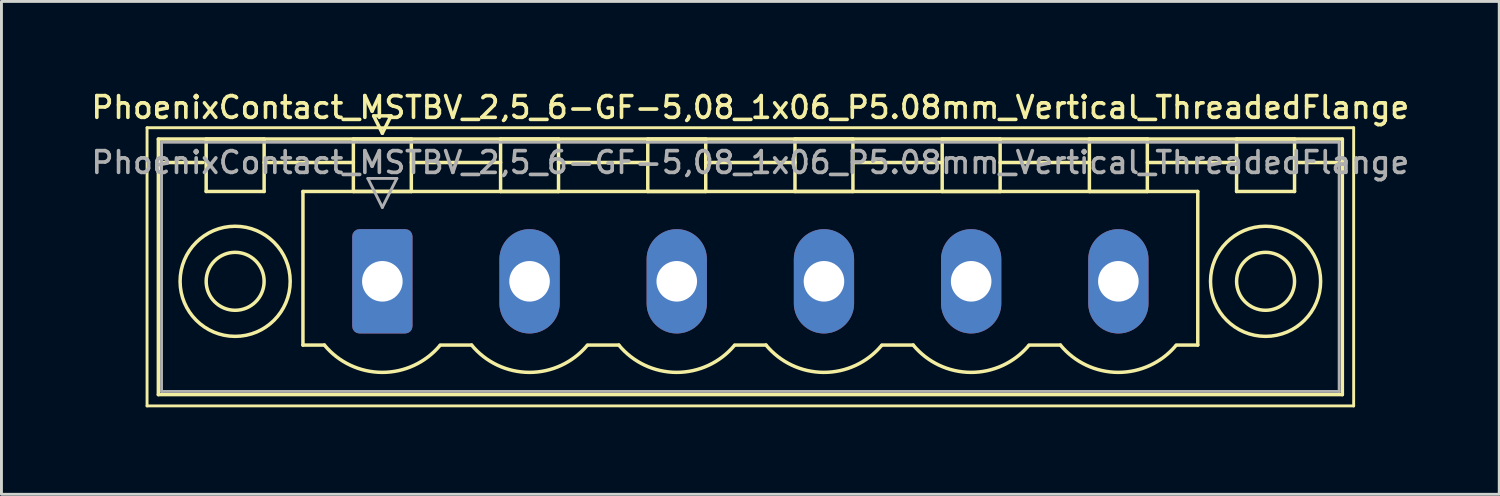
<source format=kicad_pcb>
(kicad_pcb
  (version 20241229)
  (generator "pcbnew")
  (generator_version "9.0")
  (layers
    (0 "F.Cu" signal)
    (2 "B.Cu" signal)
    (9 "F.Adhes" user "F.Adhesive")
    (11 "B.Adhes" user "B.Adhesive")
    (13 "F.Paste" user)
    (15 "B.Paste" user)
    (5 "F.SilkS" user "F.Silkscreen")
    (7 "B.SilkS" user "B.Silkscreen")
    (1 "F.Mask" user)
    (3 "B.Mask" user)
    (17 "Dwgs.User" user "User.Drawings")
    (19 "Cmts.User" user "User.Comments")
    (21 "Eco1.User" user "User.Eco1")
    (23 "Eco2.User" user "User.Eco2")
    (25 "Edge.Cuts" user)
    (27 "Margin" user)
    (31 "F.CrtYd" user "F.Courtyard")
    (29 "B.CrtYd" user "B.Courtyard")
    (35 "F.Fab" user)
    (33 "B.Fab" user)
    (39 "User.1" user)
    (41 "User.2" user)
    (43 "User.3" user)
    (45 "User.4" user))
  (footprint "PhoenixContact_MSTBV_2,5_6-GF-5,08_1x06_P5.08mm_Vertical_ThreadedFlange"
    (layer "F.Cu")
    (at 10.145 6.658)
    (property "Reference" "PhoenixContact_MSTBV_2,5_6-GF-5,08_1x06_P5.08mm_Vertical_ThreadedFlange" (at 12.7 -6 0) (layer "F.SilkS") (effects (font (size 0.75 0.75) (thickness 0.125))))
    (attr through_hole)
    (fp_line (start -8.12 -5.3) (end -8.12 4.3) (stroke (width 0.1) (type solid)) (layer "F.SilkS"))
    (fp_line (start -8.12 4.3) (end 33.52 4.3) (stroke (width 0.1) (type solid)) (layer "F.SilkS"))
    (fp_line (start -7.73 -4.91) (end -7.73 3.91) (stroke (width 0.12) (type solid)) (layer "F.SilkS"))
    (fp_line (start -7.73 -4.1) (end -6.19 -4.1) (stroke (width 0.12) (type solid)) (layer "F.SilkS"))
    (fp_line (start -7.73 3.91) (end 33.13 3.91) (stroke (width 0.12) (type solid)) (layer "F.SilkS"))
    (fp_line (start -6.08 -4.91) (end -4.08 -4.91) (stroke (width 0.12) (type solid)) (layer "F.SilkS"))
    (fp_line (start -6.08 -3.1) (end -6.08 -4.91) (stroke (width 0.12) (type solid)) (layer "F.SilkS"))
    (fp_line (start -4.08 -4.91) (end -4.08 -3.1) (stroke (width 0.12) (type solid)) (layer "F.SilkS"))
    (fp_line (start -4.08 -4.1) (end -1 -4.1) (stroke (width 0.12) (type solid)) (layer "F.SilkS"))
    (fp_line (start -4.08 -3.1) (end -6.08 -3.1) (stroke (width 0.12) (type solid)) (layer "F.SilkS"))
    (fp_line (start -2.74 -3.1) (end 28.14 -3.1) (stroke (width 0.12) (type solid)) (layer "F.SilkS"))
    (fp_line (start -2.74 2.2) (end -2.74 -3.1) (stroke (width 0.12) (type solid)) (layer "F.SilkS"))
    (fp_line (start -2 2.2) (end -2.74 2.2) (stroke (width 0.12) (type solid)) (layer "F.SilkS"))
    (fp_line (start -1 -4.91) (end 1 -4.91) (stroke (width 0.12) (type solid)) (layer "F.SilkS"))
    (fp_line (start -1 -3.1) (end -1 -4.91) (stroke (width 0.12) (type solid)) (layer "F.SilkS"))
    (fp_line (start -0.3 -5.71) (end 0.3 -5.71) (stroke (width 0.12) (type solid)) (layer "F.SilkS"))
    (fp_line (start 0 -5.11) (end -0.3 -5.71) (stroke (width 0.12) (type solid)) (layer "F.SilkS"))
    (fp_line (start 0.3 -5.71) (end 0 -5.11) (stroke (width 0.12) (type solid)) (layer "F.SilkS"))
    (fp_line (start 1 -4.91) (end 1 -3.1) (stroke (width 0.12) (type solid)) (layer "F.SilkS"))
    (fp_line (start 1 -4.1) (end 4.08 -4.1) (stroke (width 0.12) (type solid)) (layer "F.SilkS"))
    (fp_line (start 1 -3.1) (end -1 -3.1) (stroke (width 0.12) (type solid)) (layer "F.SilkS"))
    (fp_line (start 2 2.2) (end 3.08 2.2) (stroke (width 0.12) (type solid)) (layer "F.SilkS"))
    (fp_line (start 4.08 -4.91) (end 6.08 -4.91) (stroke (width 0.12) (type solid)) (layer "F.SilkS"))
    (fp_line (start 4.08 -3.1) (end 4.08 -4.91) (stroke (width 0.12) (type solid)) (layer "F.SilkS"))
    (fp_line (start 6.08 -4.91) (end 6.08 -3.1) (stroke (width 0.12) (type solid)) (layer "F.SilkS"))
    (fp_line (start 6.08 -4.1) (end 9.16 -4.1) (stroke (width 0.12) (type solid)) (layer "F.SilkS"))
    (fp_line (start 6.08 -3.1) (end 4.08 -3.1) (stroke (width 0.12) (type solid)) (layer "F.SilkS"))
    (fp_line (start 7.08 2.2) (end 8.16 2.2) (stroke (width 0.12) (type solid)) (layer "F.SilkS"))
    (fp_line (start 9.16 -4.91) (end 11.16 -4.91) (stroke (width 0.12) (type solid)) (layer "F.SilkS"))
    (fp_line (start 9.16 -3.1) (end 9.16 -4.91) (stroke (width 0.12) (type solid)) (layer "F.SilkS"))
    (fp_line (start 11.16 -4.91) (end 11.16 -3.1) (stroke (width 0.12) (type solid)) (layer "F.SilkS"))
    (fp_line (start 11.16 -4.1) (end 14.24 -4.1) (stroke (width 0.12) (type solid)) (layer "F.SilkS"))
    (fp_line (start 11.16 -3.1) (end 9.16 -3.1) (stroke (width 0.12) (type solid)) (layer "F.SilkS"))
    (fp_line (start 12.16 2.2) (end 13.24 2.2) (stroke (width 0.12) (type solid)) (layer "F.SilkS"))
    (fp_line (start 14.24 -4.91) (end 16.24 -4.91) (stroke (width 0.12) (type solid)) (layer "F.SilkS"))
    (fp_line (start 14.24 -3.1) (end 14.24 -4.91) (stroke (width 0.12) (type solid)) (layer "F.SilkS"))
    (fp_line (start 16.24 -4.91) (end 16.24 -3.1) (stroke (width 0.12) (type solid)) (layer "F.SilkS"))
    (fp_line (start 16.24 -4.1) (end 19.32 -4.1) (stroke (width 0.12) (type solid)) (layer "F.SilkS"))
    (fp_line (start 16.24 -3.1) (end 14.24 -3.1) (stroke (width 0.12) (type solid)) (layer "F.SilkS"))
    (fp_line (start 17.24 2.2) (end 18.32 2.2) (stroke (width 0.12) (type solid)) (layer "F.SilkS"))
    (fp_line (start 19.32 -4.91) (end 21.32 -4.91) (stroke (width 0.12) (type solid)) (layer "F.SilkS"))
    (fp_line (start 19.32 -3.1) (end 19.32 -4.91) (stroke (width 0.12) (type solid)) (layer "F.SilkS"))
    (fp_line (start 21.32 -4.91) (end 21.32 -3.1) (stroke (width 0.12) (type solid)) (layer "F.SilkS"))
    (fp_line (start 21.32 -4.1) (end 24.4 -4.1) (stroke (width 0.12) (type solid)) (layer "F.SilkS"))
    (fp_line (start 21.32 -3.1) (end 19.32 -3.1) (stroke (width 0.12) (type solid)) (layer "F.SilkS"))
    (fp_line (start 22.32 2.2) (end 23.4 2.2) (stroke (width 0.12) (type solid)) (layer "F.SilkS"))
    (fp_line (start 24.4 -4.91) (end 26.4 -4.91) (stroke (width 0.12) (type solid)) (layer "F.SilkS"))
    (fp_line (start 24.4 -3.1) (end 24.4 -4.91) (stroke (width 0.12) (type solid)) (layer "F.SilkS"))
    (fp_line (start 26.4 -4.91) (end 26.4 -3.1) (stroke (width 0.12) (type solid)) (layer "F.SilkS"))
    (fp_line (start 26.4 -4.1) (end 29.48 -4.1) (stroke (width 0.12) (type solid)) (layer "F.SilkS"))
    (fp_line (start 26.4 -3.1) (end 24.4 -3.1) (stroke (width 0.12) (type solid)) (layer "F.SilkS"))
    (fp_line (start 28.14 -3.1) (end 28.14 2.2) (stroke (width 0.12) (type solid)) (layer "F.SilkS"))
    (fp_line (start 28.14 2.2) (end 27.4 2.2) (stroke (width 0.12) (type solid)) (layer "F.SilkS"))
    (fp_line (start 29.48 -4.91) (end 31.48 -4.91) (stroke (width 0.12) (type solid)) (layer "F.SilkS"))
    (fp_line (start 29.48 -3.1) (end 29.48 -4.91) (stroke (width 0.12) (type solid)) (layer "F.SilkS"))
    (fp_line (start 31.48 -4.91) (end 31.48 -3.1) (stroke (width 0.12) (type solid)) (layer "F.SilkS"))
    (fp_line (start 31.48 -3.1) (end 29.48 -3.1) (stroke (width 0.12) (type solid)) (layer "F.SilkS"))
    (fp_line (start 33.13 -4.91) (end -7.73 -4.91) (stroke (width 0.12) (type solid)) (layer "F.SilkS"))
    (fp_line (start 33.13 -4.1) (end 31.59 -4.1) (stroke (width 0.12) (type solid)) (layer "F.SilkS"))
    (fp_line (start 33.13 3.91) (end 33.13 -4.91) (stroke (width 0.12) (type solid)) (layer "F.SilkS"))
    (fp_line (start 33.52 -5.3) (end -8.12 -5.3) (stroke (width 0.1) (type solid)) (layer "F.SilkS"))
    (fp_line (start 33.52 4.3) (end 33.52 -5.3) (stroke (width 0.1) (type solid)) (layer "F.SilkS"))
    (fp_arc (start 1.986842 2.215821) (mid -0.010289 3.142758) (end -2 2.2) (stroke (width 0.12) (type solid)) (layer "F.SilkS"))
    (fp_arc (start 7.066842 2.215821) (mid 5.069711 3.142758) (end 3.08 2.2) (stroke (width 0.12) (type solid)) (layer "F.SilkS"))
    (fp_arc (start 12.146842 2.215821) (mid 10.149711 3.142758) (end 8.16 2.2) (stroke (width 0.12) (type solid)) (layer "F.SilkS"))
    (fp_arc (start 17.226842 2.215821) (mid 15.229711 3.142758) (end 13.24 2.2) (stroke (width 0.12) (type solid)) (layer "F.SilkS"))
    (fp_arc (start 22.306842 2.215821) (mid 20.309711 3.142758) (end 18.32 2.2) (stroke (width 0.12) (type solid)) (layer "F.SilkS"))
    (fp_arc (start 27.386842 2.215821) (mid 25.389711 3.142758) (end 23.4 2.2) (stroke (width 0.12) (type solid)) (layer "F.SilkS"))
    (fp_circle (center -5.08 0) (end -4.08 0) (stroke (width 0.12) (type solid)) (fill no) (layer "F.SilkS"))
    (fp_circle (center -5.08 0) (end -3.18 0) (stroke (width 0.12) (type solid)) (fill no) (layer "F.SilkS"))
    (fp_circle (center 30.48 0) (end 31.48 0) (stroke (width 0.12) (type solid)) (fill no) (layer "F.SilkS"))
    (fp_circle (center 30.48 0) (end 32.38 0) (stroke (width 0.12) (type solid)) (fill no) (layer "F.SilkS"))
    (fp_line (start -7.62 -4.8) (end -7.62 3.8) (stroke (width 0.1) (type solid)) (layer "F.Fab"))
    (fp_line (start -7.62 3.8) (end 33.02 3.8) (stroke (width 0.1) (type solid)) (layer "F.Fab"))
    (fp_line (start -0.5 -3.55) (end 0.5 -3.55) (stroke (width 0.1) (type solid)) (layer "F.Fab"))
    (fp_line (start 0 -2.55) (end -0.5 -3.55) (stroke (width 0.1) (type solid)) (layer "F.Fab"))
    (fp_line (start 0.5 -3.55) (end 0 -2.55) (stroke (width 0.1) (type solid)) (layer "F.Fab"))
    (fp_line (start 33.02 -4.8) (end -7.62 -4.8) (stroke (width 0.1) (type solid)) (layer "F.Fab"))
    (fp_line (start 33.02 3.8) (end 33.02 -4.8) (stroke (width 0.1) (type solid)) (layer "F.Fab"))
    (fp_text user "${REFERENCE}" (at 12.7 -4.1 0) (layer "F.Fab") (effects (font (size 0.75 0.75) (thickness 0.125))))
    (pad "1" thru_hole roundrect (at 0 0) (size 2.08 3.6) (drill 1.4) (layers "*.Cu" "*.Mask") (roundrect_rratio 0.12))
    (pad "2" thru_hole oval (at 5.08 0) (size 2.08 3.6) (drill 1.4) (layers "*.Cu" "*.Mask"))
    (pad "3" thru_hole oval (at 10.16 0) (size 2.08 3.6) (drill 1.4) (layers "*.Cu" "*.Mask"))
    (pad "4" thru_hole oval (at 15.24 0) (size 2.08 3.6) (drill 1.4) (layers "*.Cu" "*.Mask"))
    (pad "5" thru_hole oval (at 20.32 0) (size 2.08 3.6) (drill 1.4) (layers "*.Cu" "*.Mask"))
    (pad "6" thru_hole oval (at 25.4 0) (size 2.08 3.6) (drill 1.4) (layers "*.Cu" "*.Mask")))
  (gr_rect
    (start -3 -3)
    (end 48.689 14.008)
    (stroke (width 0.1) (type default))
    (fill no)
    (layer "Edge.Cuts")))
</source>
